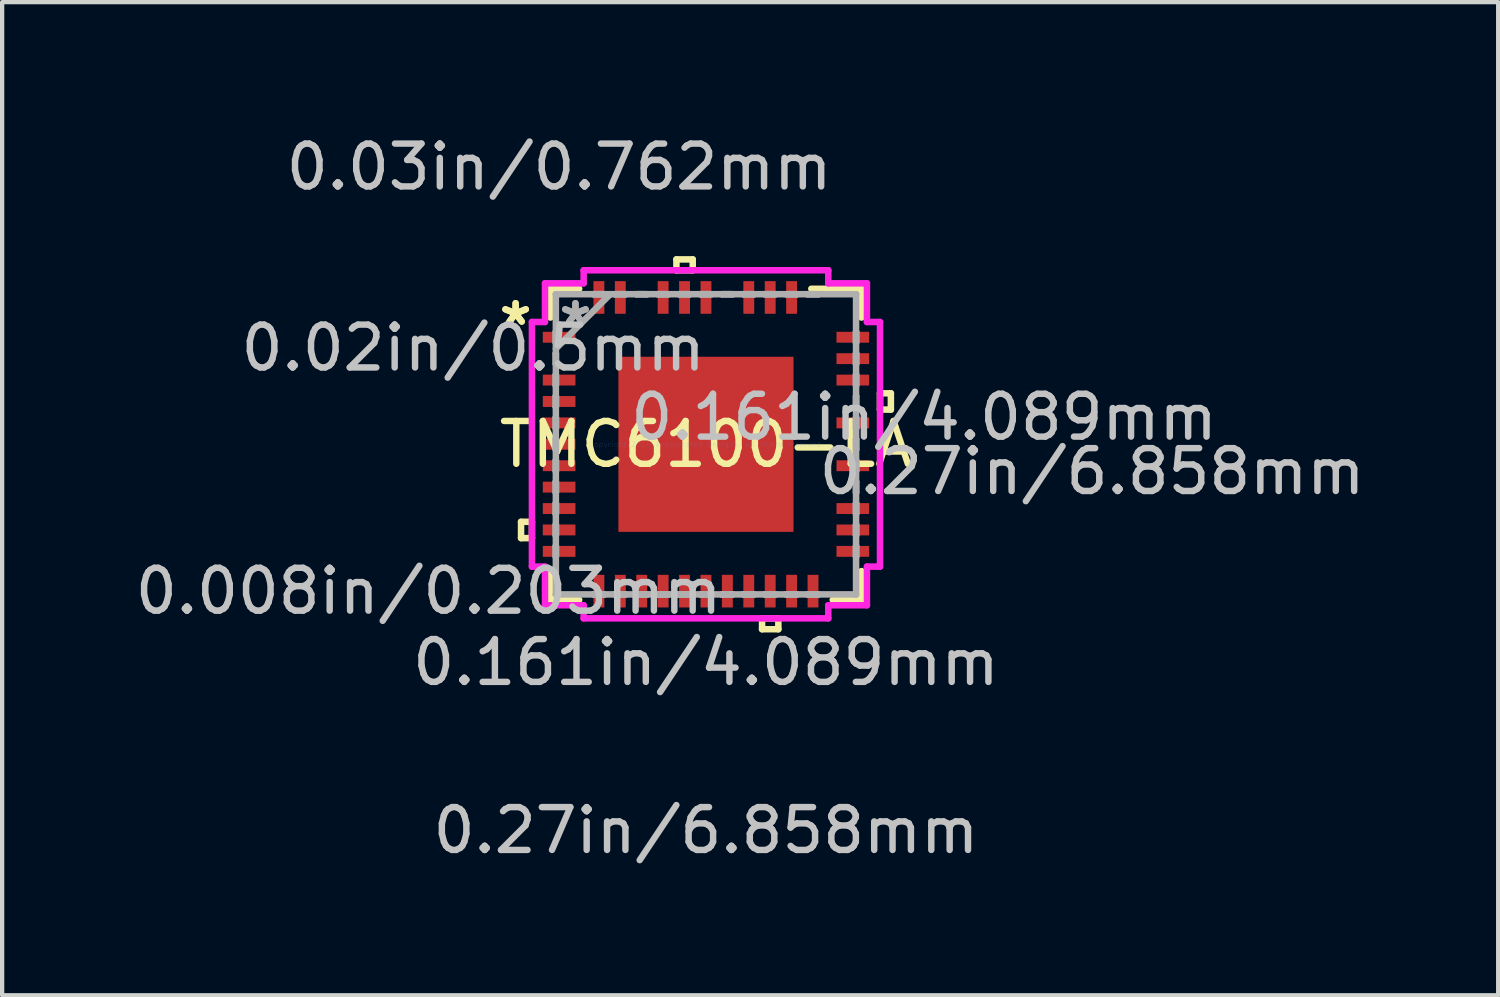
<source format=kicad_pcb>
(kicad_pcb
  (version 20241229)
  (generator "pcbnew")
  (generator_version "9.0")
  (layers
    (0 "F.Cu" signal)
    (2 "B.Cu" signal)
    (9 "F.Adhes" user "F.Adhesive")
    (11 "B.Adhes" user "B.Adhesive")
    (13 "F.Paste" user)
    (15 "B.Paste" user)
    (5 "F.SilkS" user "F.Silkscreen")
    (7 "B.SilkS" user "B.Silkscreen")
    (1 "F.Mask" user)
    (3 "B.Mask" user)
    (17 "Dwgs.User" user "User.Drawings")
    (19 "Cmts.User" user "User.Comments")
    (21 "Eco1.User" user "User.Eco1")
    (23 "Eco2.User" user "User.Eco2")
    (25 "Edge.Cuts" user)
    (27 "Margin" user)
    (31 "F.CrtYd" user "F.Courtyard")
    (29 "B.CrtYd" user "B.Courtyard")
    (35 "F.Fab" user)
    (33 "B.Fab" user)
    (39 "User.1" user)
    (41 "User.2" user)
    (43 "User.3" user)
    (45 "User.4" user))
  (footprint "TMC6100-LA"
    (layer "F.Cu")
    (at 13.435 7.325)
    (property "Reference" "TMC6100-LA" (at 0 0 0) (layer "F.SilkS") (effects (font (size 1 1) (thickness 0.15))))
    (attr through_hole)
    (fp_line (start -4.318 1.81) (end -4.318 2.191) (stroke (width 0.152) (type solid)) (layer "F.SilkS"))
    (fp_line (start -4.318 2.191) (end -4.064 2.191) (stroke (width 0.152) (type solid)) (layer "F.SilkS"))
    (fp_line (start -4.064 1.81) (end -4.318 1.81) (stroke (width 0.152) (type solid)) (layer "F.SilkS"))
    (fp_line (start -4.064 2.191) (end -4.064 1.81) (stroke (width 0.152) (type solid)) (layer "F.SilkS"))
    (fp_line (start -3.632 -3.632) (end -3.632 -2.96) (stroke (width 0.152) (type solid)) (layer "F.SilkS"))
    (fp_line (start -3.632 2.96) (end -3.632 3.632) (stroke (width 0.152) (type solid)) (layer "F.SilkS"))
    (fp_line (start -3.632 3.632) (end -2.96 3.632) (stroke (width 0.152) (type solid)) (layer "F.SilkS"))
    (fp_line (start -2.96 -3.632) (end -3.632 -3.632) (stroke (width 0.152) (type solid)) (layer "F.SilkS"))
    (fp_line (start -0.69 -4.318) (end -0.309 -4.318) (stroke (width 0.152) (type solid)) (layer "F.SilkS"))
    (fp_line (start -0.69 -4.064) (end -0.69 -4.318) (stroke (width 0.152) (type solid)) (layer "F.SilkS"))
    (fp_line (start -0.309 -4.318) (end -0.309 -4.064) (stroke (width 0.152) (type solid)) (layer "F.SilkS"))
    (fp_line (start -0.309 -4.064) (end -0.69 -4.064) (stroke (width 0.152) (type solid)) (layer "F.SilkS"))
    (fp_line (start 1.31 4.064) (end 1.31 4.318) (stroke (width 0.152) (type solid)) (layer "F.SilkS"))
    (fp_line (start 1.31 4.318) (end 1.69 4.318) (stroke (width 0.152) (type solid)) (layer "F.SilkS"))
    (fp_line (start 1.69 4.064) (end 1.31 4.064) (stroke (width 0.152) (type solid)) (layer "F.SilkS"))
    (fp_line (start 1.69 4.318) (end 1.69 4.064) (stroke (width 0.152) (type solid)) (layer "F.SilkS"))
    (fp_line (start 2.96 3.632) (end 3.632 3.632) (stroke (width 0.152) (type solid)) (layer "F.SilkS"))
    (fp_line (start 3.632 -3.632) (end 2.46 -3.632) (stroke (width 0.152) (type solid)) (layer "F.SilkS"))
    (fp_line (start 3.632 -2.96) (end 3.632 -3.632) (stroke (width 0.152) (type solid)) (layer "F.SilkS"))
    (fp_line (start 3.632 3.632) (end 3.632 2.96) (stroke (width 0.152) (type solid)) (layer "F.SilkS"))
    (fp_line (start 4.064 -1.191) (end 4.318 -1.191) (stroke (width 0.152) (type solid)) (layer "F.SilkS"))
    (fp_line (start 4.064 -0.81) (end 4.064 -1.191) (stroke (width 0.152) (type solid)) (layer "F.SilkS"))
    (fp_line (start 4.318 -1.191) (end 4.318 -0.81) (stroke (width 0.152) (type solid)) (layer "F.SilkS"))
    (fp_line (start 4.318 -0.81) (end 4.064 -0.81) (stroke (width 0.152) (type solid)) (layer "F.SilkS"))
    (fp_line (start -1.945 -1.945) (end -1.945 -0.782) (stroke (width 0.152) (type solid)) (layer "F.Paste"))
    (fp_line (start -1.945 -0.782) (end -0.782 -0.782) (stroke (width 0.152) (type solid)) (layer "F.Paste"))
    (fp_line (start -1.945 -0.582) (end -1.945 0.582) (stroke (width 0.152) (type solid)) (layer "F.Paste"))
    (fp_line (start -1.945 0.582) (end -0.782 0.582) (stroke (width 0.152) (type solid)) (layer "F.Paste"))
    (fp_line (start -1.945 0.782) (end -1.945 1.945) (stroke (width 0.152) (type solid)) (layer "F.Paste"))
    (fp_line (start -1.945 1.945) (end -0.782 1.945) (stroke (width 0.152) (type solid)) (layer "F.Paste"))
    (fp_line (start -0.782 -1.945) (end -1.945 -1.945) (stroke (width 0.152) (type solid)) (layer "F.Paste"))
    (fp_line (start -0.782 -0.782) (end -0.782 -1.945) (stroke (width 0.152) (type solid)) (layer "F.Paste"))
    (fp_line (start -0.782 -0.582) (end -1.945 -0.582) (stroke (width 0.152) (type solid)) (layer "F.Paste"))
    (fp_line (start -0.782 0.582) (end -0.782 -0.582) (stroke (width 0.152) (type solid)) (layer "F.Paste"))
    (fp_line (start -0.782 0.782) (end -1.945 0.782) (stroke (width 0.152) (type solid)) (layer "F.Paste"))
    (fp_line (start -0.782 1.945) (end -0.782 0.782) (stroke (width 0.152) (type solid)) (layer "F.Paste"))
    (fp_line (start -0.582 -1.945) (end -0.582 -0.782) (stroke (width 0.152) (type solid)) (layer "F.Paste"))
    (fp_line (start -0.582 -0.782) (end 0.582 -0.782) (stroke (width 0.152) (type solid)) (layer "F.Paste"))
    (fp_line (start -0.582 -0.582) (end -0.582 0.582) (stroke (width 0.152) (type solid)) (layer "F.Paste"))
    (fp_line (start -0.582 0.582) (end 0.582 0.582) (stroke (width 0.152) (type solid)) (layer "F.Paste"))
    (fp_line (start -0.582 0.782) (end -0.582 1.945) (stroke (width 0.152) (type solid)) (layer "F.Paste"))
    (fp_line (start -0.582 1.945) (end 0.582 1.945) (stroke (width 0.152) (type solid)) (layer "F.Paste"))
    (fp_line (start 0.582 -1.945) (end -0.582 -1.945) (stroke (width 0.152) (type solid)) (layer "F.Paste"))
    (fp_line (start 0.582 -0.782) (end 0.582 -1.945) (stroke (width 0.152) (type solid)) (layer "F.Paste"))
    (fp_line (start 0.582 -0.582) (end -0.582 -0.582) (stroke (width 0.152) (type solid)) (layer "F.Paste"))
    (fp_line (start 0.582 0.582) (end 0.582 -0.582) (stroke (width 0.152) (type solid)) (layer "F.Paste"))
    (fp_line (start 0.582 0.782) (end -0.582 0.782) (stroke (width 0.152) (type solid)) (layer "F.Paste"))
    (fp_line (start 0.582 1.945) (end 0.582 0.782) (stroke (width 0.152) (type solid)) (layer "F.Paste"))
    (fp_line (start 0.782 -1.945) (end 0.782 -0.782) (stroke (width 0.152) (type solid)) (layer "F.Paste"))
    (fp_line (start 0.782 -0.782) (end 1.945 -0.782) (stroke (width 0.152) (type solid)) (layer "F.Paste"))
    (fp_line (start 0.782 -0.582) (end 0.782 0.582) (stroke (width 0.152) (type solid)) (layer "F.Paste"))
    (fp_line (start 0.782 0.582) (end 1.945 0.582) (stroke (width 0.152) (type solid)) (layer "F.Paste"))
    (fp_line (start 0.782 0.782) (end 0.782 1.945) (stroke (width 0.152) (type solid)) (layer "F.Paste"))
    (fp_line (start 0.782 1.945) (end 1.945 1.945) (stroke (width 0.152) (type solid)) (layer "F.Paste"))
    (fp_line (start 1.945 -1.945) (end 0.782 -1.945) (stroke (width 0.152) (type solid)) (layer "F.Paste"))
    (fp_line (start 1.945 -0.782) (end 1.945 -1.945) (stroke (width 0.152) (type solid)) (layer "F.Paste"))
    (fp_line (start 1.945 -0.582) (end 0.782 -0.582) (stroke (width 0.152) (type solid)) (layer "F.Paste"))
    (fp_line (start 1.945 0.582) (end 1.945 -0.582) (stroke (width 0.152) (type solid)) (layer "F.Paste"))
    (fp_line (start 1.945 0.782) (end 0.782 0.782) (stroke (width 0.152) (type solid)) (layer "F.Paste"))
    (fp_line (start 1.945 1.945) (end 1.945 0.782) (stroke (width 0.152) (type solid)) (layer "F.Paste"))
    (fp_line (start -4.064 -2.856) (end -3.759 -2.856) (stroke (width 0.152) (type solid)) (layer "F.CrtYd"))
    (fp_line (start -4.064 2.856) (end -4.064 -2.856) (stroke (width 0.152) (type solid)) (layer "F.CrtYd"))
    (fp_line (start -3.759 -3.759) (end -2.856 -3.759) (stroke (width 0.152) (type solid)) (layer "F.CrtYd"))
    (fp_line (start -3.759 -2.856) (end -3.759 -3.759) (stroke (width 0.152) (type solid)) (layer "F.CrtYd"))
    (fp_line (start -3.759 2.856) (end -4.064 2.856) (stroke (width 0.152) (type solid)) (layer "F.CrtYd"))
    (fp_line (start -3.759 3.759) (end -3.759 2.856) (stroke (width 0.152) (type solid)) (layer "F.CrtYd"))
    (fp_line (start -2.856 -4.064) (end 2.856 -4.064) (stroke (width 0.152) (type solid)) (layer "F.CrtYd"))
    (fp_line (start -2.856 -3.759) (end -2.856 -4.064) (stroke (width 0.152) (type solid)) (layer "F.CrtYd"))
    (fp_line (start -2.856 3.759) (end -3.759 3.759) (stroke (width 0.152) (type solid)) (layer "F.CrtYd"))
    (fp_line (start -2.856 4.064) (end -2.856 3.759) (stroke (width 0.152) (type solid)) (layer "F.CrtYd"))
    (fp_line (start 2.856 -4.064) (end 2.856 -3.759) (stroke (width 0.152) (type solid)) (layer "F.CrtYd"))
    (fp_line (start 2.856 -3.759) (end 3.759 -3.759) (stroke (width 0.152) (type solid)) (layer "F.CrtYd"))
    (fp_line (start 2.856 3.759) (end 2.856 4.064) (stroke (width 0.152) (type solid)) (layer "F.CrtYd"))
    (fp_line (start 2.856 4.064) (end -2.856 4.064) (stroke (width 0.152) (type solid)) (layer "F.CrtYd"))
    (fp_line (start 3.759 -3.759) (end 3.759 -2.856) (stroke (width 0.152) (type solid)) (layer "F.CrtYd"))
    (fp_line (start 3.759 -2.856) (end 4.064 -2.856) (stroke (width 0.152) (type solid)) (layer "F.CrtYd"))
    (fp_line (start 3.759 2.856) (end 3.759 3.759) (stroke (width 0.152) (type solid)) (layer "F.CrtYd"))
    (fp_line (start 3.759 3.759) (end 2.856 3.759) (stroke (width 0.152) (type solid)) (layer "F.CrtYd"))
    (fp_line (start 4.064 -2.856) (end 4.064 2.856) (stroke (width 0.152) (type solid)) (layer "F.CrtYd"))
    (fp_line (start 4.064 2.856) (end 3.759 2.856) (stroke (width 0.152) (type solid)) (layer "F.CrtYd"))
    (fp_line (start -3.505 -3.505) (end -3.505 -3.505) (stroke (width 0.152) (type solid)) (layer "F.Fab"))
    (fp_line (start -3.505 -3.505) (end -3.505 3.505) (stroke (width 0.152) (type solid)) (layer "F.Fab"))
    (fp_line (start -3.505 -2.627) (end -3.505 -2.627) (stroke (width 0.152) (type solid)) (layer "F.Fab"))
    (fp_line (start -3.505 -2.627) (end -3.505 -2.373) (stroke (width 0.152) (type solid)) (layer "F.Fab"))
    (fp_line (start -3.505 -2.373) (end -3.505 -2.627) (stroke (width 0.152) (type solid)) (layer "F.Fab"))
    (fp_line (start -3.505 -2.373) (end -3.505 -2.373) (stroke (width 0.152) (type solid)) (layer "F.Fab"))
    (fp_line (start -3.505 -2.235) (end -2.235 -3.505) (stroke (width 0.152) (type solid)) (layer "F.Fab"))
    (fp_line (start -3.505 -2.127) (end -3.505 -2.127) (stroke (width 0.152) (type solid)) (layer "F.Fab"))
    (fp_line (start -3.505 -2.127) (end -3.505 -1.873) (stroke (width 0.152) (type solid)) (layer "F.Fab"))
    (fp_line (start -3.505 -1.873) (end -3.505 -2.127) (stroke (width 0.152) (type solid)) (layer "F.Fab"))
    (fp_line (start -3.505 -1.873) (end -3.505 -1.873) (stroke (width 0.152) (type solid)) (layer "F.Fab"))
    (fp_line (start -3.505 -1.627) (end -3.505 -1.627) (stroke (width 0.152) (type solid)) (layer "F.Fab"))
    (fp_line (start -3.505 -1.627) (end -3.505 -1.373) (stroke (width 0.152) (type solid)) (layer "F.Fab"))
    (fp_line (start -3.505 -1.373) (end -3.505 -1.627) (stroke (width 0.152) (type solid)) (layer "F.Fab"))
    (fp_line (start -3.505 -1.373) (end -3.505 -1.373) (stroke (width 0.152) (type solid)) (layer "F.Fab"))
    (fp_line (start -3.505 -1.127) (end -3.505 -1.127) (stroke (width 0.152) (type solid)) (layer "F.Fab"))
    (fp_line (start -3.505 -1.127) (end -3.505 -0.873) (stroke (width 0.152) (type solid)) (layer "F.Fab"))
    (fp_line (start -3.505 -0.873) (end -3.505 -1.127) (stroke (width 0.152) (type solid)) (layer "F.Fab"))
    (fp_line (start -3.505 -0.873) (end -3.505 -0.873) (stroke (width 0.152) (type solid)) (layer "F.Fab"))
    (fp_line (start -3.505 -0.627) (end -3.505 -0.627) (stroke (width 0.152) (type solid)) (layer "F.Fab"))
    (fp_line (start -3.505 -0.627) (end -3.505 -0.373) (stroke (width 0.152) (type solid)) (layer "F.Fab"))
    (fp_line (start -3.505 -0.373) (end -3.505 -0.627) (stroke (width 0.152) (type solid)) (layer "F.Fab"))
    (fp_line (start -3.505 -0.373) (end -3.505 -0.373) (stroke (width 0.152) (type solid)) (layer "F.Fab"))
    (fp_line (start -3.505 -0.127) (end -3.505 -0.127) (stroke (width 0.152) (type solid)) (layer "F.Fab"))
    (fp_line (start -3.505 -0.127) (end -3.505 0.127) (stroke (width 0.152) (type solid)) (layer "F.Fab"))
    (fp_line (start -3.505 0.127) (end -3.505 -0.127) (stroke (width 0.152) (type solid)) (layer "F.Fab"))
    (fp_line (start -3.505 0.127) (end -3.505 0.127) (stroke (width 0.152) (type solid)) (layer "F.Fab"))
    (fp_line (start -3.505 0.373) (end -3.505 0.373) (stroke (width 0.152) (type solid)) (layer "F.Fab"))
    (fp_line (start -3.505 0.373) (end -3.505 0.627) (stroke (width 0.152) (type solid)) (layer "F.Fab"))
    (fp_line (start -3.505 0.627) (end -3.505 0.373) (stroke (width 0.152) (type solid)) (layer "F.Fab"))
    (fp_line (start -3.505 0.627) (end -3.505 0.627) (stroke (width 0.152) (type solid)) (layer "F.Fab"))
    (fp_line (start -3.505 0.873) (end -3.505 0.873) (stroke (width 0.152) (type solid)) (layer "F.Fab"))
    (fp_line (start -3.505 0.873) (end -3.505 1.127) (stroke (width 0.152) (type solid)) (layer "F.Fab"))
    (fp_line (start -3.505 1.127) (end -3.505 0.873) (stroke (width 0.152) (type solid)) (layer "F.Fab"))
    (fp_line (start -3.505 1.127) (end -3.505 1.127) (stroke (width 0.152) (type solid)) (layer "F.Fab"))
    (fp_line (start -3.505 1.373) (end -3.505 1.373) (stroke (width 0.152) (type solid)) (layer "F.Fab"))
    (fp_line (start -3.505 1.373) (end -3.505 1.627) (stroke (width 0.152) (type solid)) (layer "F.Fab"))
    (fp_line (start -3.505 1.627) (end -3.505 1.373) (stroke (width 0.152) (type solid)) (layer "F.Fab"))
    (fp_line (start -3.505 1.627) (end -3.505 1.627) (stroke (width 0.152) (type solid)) (layer "F.Fab"))
    (fp_line (start -3.505 1.873) (end -3.505 1.873) (stroke (width 0.152) (type solid)) (layer "F.Fab"))
    (fp_line (start -3.505 1.873) (end -3.505 2.127) (stroke (width 0.152) (type solid)) (layer "F.Fab"))
    (fp_line (start -3.505 2.127) (end -3.505 1.873) (stroke (width 0.152) (type solid)) (layer "F.Fab"))
    (fp_line (start -3.505 2.127) (end -3.505 2.127) (stroke (width 0.152) (type solid)) (layer "F.Fab"))
    (fp_line (start -3.505 2.373) (end -3.505 2.373) (stroke (width 0.152) (type solid)) (layer "F.Fab"))
    (fp_line (start -3.505 2.373) (end -3.505 2.627) (stroke (width 0.152) (type solid)) (layer "F.Fab"))
    (fp_line (start -3.505 2.627) (end -3.505 2.373) (stroke (width 0.152) (type solid)) (layer "F.Fab"))
    (fp_line (start -3.505 2.627) (end -3.505 2.627) (stroke (width 0.152) (type solid)) (layer "F.Fab"))
    (fp_line (start -3.505 3.505) (end -3.505 3.505) (stroke (width 0.152) (type solid)) (layer "F.Fab"))
    (fp_line (start -3.505 3.505) (end 3.505 3.505) (stroke (width 0.152) (type solid)) (layer "F.Fab"))
    (fp_line (start -2.627 -3.505) (end -2.627 -3.505) (stroke (width 0.152) (type solid)) (layer "F.Fab"))
    (fp_line (start -2.627 -3.505) (end -2.373 -3.505) (stroke (width 0.152) (type solid)) (layer "F.Fab"))
    (fp_line (start -2.627 3.505) (end -2.627 3.505) (stroke (width 0.152) (type solid)) (layer "F.Fab"))
    (fp_line (start -2.627 3.505) (end -2.373 3.505) (stroke (width 0.152) (type solid)) (layer "F.Fab"))
    (fp_line (start -2.373 -3.505) (end -2.627 -3.505) (stroke (width 0.152) (type solid)) (layer "F.Fab"))
    (fp_line (start -2.373 -3.505) (end -2.373 -3.505) (stroke (width 0.152) (type solid)) (layer "F.Fab"))
    (fp_line (start -2.373 3.505) (end -2.627 3.505) (stroke (width 0.152) (type solid)) (layer "F.Fab"))
    (fp_line (start -2.373 3.505) (end -2.373 3.505) (stroke (width 0.152) (type solid)) (layer "F.Fab"))
    (fp_line (start -2.127 -3.505) (end -2.127 -3.505) (stroke (width 0.152) (type solid)) (layer "F.Fab"))
    (fp_line (start -2.127 -3.505) (end -1.873 -3.505) (stroke (width 0.152) (type solid)) (layer "F.Fab"))
    (fp_line (start -2.127 3.505) (end -2.127 3.505) (stroke (width 0.152) (type solid)) (layer "F.Fab"))
    (fp_line (start -2.127 3.505) (end -1.873 3.505) (stroke (width 0.152) (type solid)) (layer "F.Fab"))
    (fp_line (start -1.873 -3.505) (end -2.127 -3.505) (stroke (width 0.152) (type solid)) (layer "F.Fab"))
    (fp_line (start -1.873 -3.505) (end -1.873 -3.505) (stroke (width 0.152) (type solid)) (layer "F.Fab"))
    (fp_line (start -1.873 3.505) (end -2.127 3.505) (stroke (width 0.152) (type solid)) (layer "F.Fab"))
    (fp_line (start -1.873 3.505) (end -1.873 3.505) (stroke (width 0.152) (type solid)) (layer "F.Fab"))
    (fp_line (start -1.627 -3.505) (end -1.627 -3.505) (stroke (width 0.152) (type solid)) (layer "F.Fab"))
    (fp_line (start -1.627 -3.505) (end -1.373 -3.505) (stroke (width 0.152) (type solid)) (layer "F.Fab"))
    (fp_line (start -1.627 3.505) (end -1.627 3.505) (stroke (width 0.152) (type solid)) (layer "F.Fab"))
    (fp_line (start -1.627 3.505) (end -1.373 3.505) (stroke (width 0.152) (type solid)) (layer "F.Fab"))
    (fp_line (start -1.373 -3.505) (end -1.627 -3.505) (stroke (width 0.152) (type solid)) (layer "F.Fab"))
    (fp_line (start -1.373 -3.505) (end -1.373 -3.505) (stroke (width 0.152) (type solid)) (layer "F.Fab"))
    (fp_line (start -1.373 3.505) (end -1.627 3.505) (stroke (width 0.152) (type solid)) (layer "F.Fab"))
    (fp_line (start -1.373 3.505) (end -1.373 3.505) (stroke (width 0.152) (type solid)) (layer "F.Fab"))
    (fp_line (start -1.127 -3.505) (end -1.127 -3.505) (stroke (width 0.152) (type solid)) (layer "F.Fab"))
    (fp_line (start -1.127 -3.505) (end -0.873 -3.505) (stroke (width 0.152) (type solid)) (layer "F.Fab"))
    (fp_line (start -1.127 3.505) (end -1.127 3.505) (stroke (width 0.152) (type solid)) (layer "F.Fab"))
    (fp_line (start -1.127 3.505) (end -0.873 3.505) (stroke (width 0.152) (type solid)) (layer "F.Fab"))
    (fp_line (start -0.873 -3.505) (end -1.127 -3.505) (stroke (width 0.152) (type solid)) (layer "F.Fab"))
    (fp_line (start -0.873 -3.505) (end -0.873 -3.505) (stroke (width 0.152) (type solid)) (layer "F.Fab"))
    (fp_line (start -0.873 3.505) (end -1.127 3.505) (stroke (width 0.152) (type solid)) (layer "F.Fab"))
    (fp_line (start -0.873 3.505) (end -0.873 3.505) (stroke (width 0.152) (type solid)) (layer "F.Fab"))
    (fp_line (start -0.627 -3.505) (end -0.627 -3.505) (stroke (width 0.152) (type solid)) (layer "F.Fab"))
    (fp_line (start -0.627 -3.505) (end -0.373 -3.505) (stroke (width 0.152) (type solid)) (layer "F.Fab"))
    (fp_line (start -0.627 3.505) (end -0.627 3.505) (stroke (width 0.152) (type solid)) (layer "F.Fab"))
    (fp_line (start -0.627 3.505) (end -0.373 3.505) (stroke (width 0.152) (type solid)) (layer "F.Fab"))
    (fp_line (start -0.373 -3.505) (end -0.627 -3.505) (stroke (width 0.152) (type solid)) (layer "F.Fab"))
    (fp_line (start -0.373 -3.505) (end -0.373 -3.505) (stroke (width 0.152) (type solid)) (layer "F.Fab"))
    (fp_line (start -0.373 3.505) (end -0.627 3.505) (stroke (width 0.152) (type solid)) (layer "F.Fab"))
    (fp_line (start -0.373 3.505) (end -0.373 3.505) (stroke (width 0.152) (type solid)) (layer "F.Fab"))
    (fp_line (start -0.127 -3.505) (end -0.127 -3.505) (stroke (width 0.152) (type solid)) (layer "F.Fab"))
    (fp_line (start -0.127 -3.505) (end 0.127 -3.505) (stroke (width 0.152) (type solid)) (layer "F.Fab"))
    (fp_line (start -0.127 3.505) (end -0.127 3.505) (stroke (width 0.152) (type solid)) (layer "F.Fab"))
    (fp_line (start -0.127 3.505) (end 0.127 3.505) (stroke (width 0.152) (type solid)) (layer "F.Fab"))
    (fp_line (start 0.127 -3.505) (end -0.127 -3.505) (stroke (width 0.152) (type solid)) (layer "F.Fab"))
    (fp_line (start 0.127 -3.505) (end 0.127 -3.505) (stroke (width 0.152) (type solid)) (layer "F.Fab"))
    (fp_line (start 0.127 3.505) (end -0.127 3.505) (stroke (width 0.152) (type solid)) (layer "F.Fab"))
    (fp_line (start 0.127 3.505) (end 0.127 3.505) (stroke (width 0.152) (type solid)) (layer "F.Fab"))
    (fp_line (start 0.373 -3.505) (end 0.373 -3.505) (stroke (width 0.152) (type solid)) (layer "F.Fab"))
    (fp_line (start 0.373 -3.505) (end 0.627 -3.505) (stroke (width 0.152) (type solid)) (layer "F.Fab"))
    (fp_line (start 0.373 3.505) (end 0.373 3.505) (stroke (width 0.152) (type solid)) (layer "F.Fab"))
    (fp_line (start 0.373 3.505) (end 0.627 3.505) (stroke (width 0.152) (type solid)) (layer "F.Fab"))
    (fp_line (start 0.627 -3.505) (end 0.373 -3.505) (stroke (width 0.152) (type solid)) (layer "F.Fab"))
    (fp_line (start 0.627 -3.505) (end 0.627 -3.505) (stroke (width 0.152) (type solid)) (layer "F.Fab"))
    (fp_line (start 0.627 3.505) (end 0.373 3.505) (stroke (width 0.152) (type solid)) (layer "F.Fab"))
    (fp_line (start 0.627 3.505) (end 0.627 3.505) (stroke (width 0.152) (type solid)) (layer "F.Fab"))
    (fp_line (start 0.873 -3.505) (end 0.873 -3.505) (stroke (width 0.152) (type solid)) (layer "F.Fab"))
    (fp_line (start 0.873 -3.505) (end 1.127 -3.505) (stroke (width 0.152) (type solid)) (layer "F.Fab"))
    (fp_line (start 0.873 3.505) (end 0.873 3.505) (stroke (width 0.152) (type solid)) (layer "F.Fab"))
    (fp_line (start 0.873 3.505) (end 1.127 3.505) (stroke (width 0.152) (type solid)) (layer "F.Fab"))
    (fp_line (start 1.127 -3.505) (end 0.873 -3.505) (stroke (width 0.152) (type solid)) (layer "F.Fab"))
    (fp_line (start 1.127 -3.505) (end 1.127 -3.505) (stroke (width 0.152) (type solid)) (layer "F.Fab"))
    (fp_line (start 1.127 3.505) (end 0.873 3.505) (stroke (width 0.152) (type solid)) (layer "F.Fab"))
    (fp_line (start 1.127 3.505) (end 1.127 3.505) (stroke (width 0.152) (type solid)) (layer "F.Fab"))
    (fp_line (start 1.373 -3.505) (end 1.373 -3.505) (stroke (width 0.152) (type solid)) (layer "F.Fab"))
    (fp_line (start 1.373 -3.505) (end 1.627 -3.505) (stroke (width 0.152) (type solid)) (layer "F.Fab"))
    (fp_line (start 1.373 3.505) (end 1.373 3.505) (stroke (width 0.152) (type solid)) (layer "F.Fab"))
    (fp_line (start 1.373 3.505) (end 1.627 3.505) (stroke (width 0.152) (type solid)) (layer "F.Fab"))
    (fp_line (start 1.627 -3.505) (end 1.373 -3.505) (stroke (width 0.152) (type solid)) (layer "F.Fab"))
    (fp_line (start 1.627 -3.505) (end 1.627 -3.505) (stroke (width 0.152) (type solid)) (layer "F.Fab"))
    (fp_line (start 1.627 3.505) (end 1.373 3.505) (stroke (width 0.152) (type solid)) (layer "F.Fab"))
    (fp_line (start 1.627 3.505) (end 1.627 3.505) (stroke (width 0.152) (type solid)) (layer "F.Fab"))
    (fp_line (start 1.873 -3.505) (end 1.873 -3.505) (stroke (width 0.152) (type solid)) (layer "F.Fab"))
    (fp_line (start 1.873 -3.505) (end 2.127 -3.505) (stroke (width 0.152) (type solid)) (layer "F.Fab"))
    (fp_line (start 1.873 3.505) (end 1.873 3.505) (stroke (width 0.152) (type solid)) (layer "F.Fab"))
    (fp_line (start 1.873 3.505) (end 2.127 3.505) (stroke (width 0.152) (type solid)) (layer "F.Fab"))
    (fp_line (start 2.127 -3.505) (end 1.873 -3.505) (stroke (width 0.152) (type solid)) (layer "F.Fab"))
    (fp_line (start 2.127 -3.505) (end 2.127 -3.505) (stroke (width 0.152) (type solid)) (layer "F.Fab"))
    (fp_line (start 2.127 3.505) (end 1.873 3.505) (stroke (width 0.152) (type solid)) (layer "F.Fab"))
    (fp_line (start 2.127 3.505) (end 2.127 3.505) (stroke (width 0.152) (type solid)) (layer "F.Fab"))
    (fp_line (start 2.373 -3.505) (end 2.373 -3.505) (stroke (width 0.152) (type solid)) (layer "F.Fab"))
    (fp_line (start 2.373 -3.505) (end 2.627 -3.505) (stroke (width 0.152) (type solid)) (layer "F.Fab"))
    (fp_line (start 2.373 3.505) (end 2.373 3.505) (stroke (width 0.152) (type solid)) (layer "F.Fab"))
    (fp_line (start 2.373 3.505) (end 2.627 3.505) (stroke (width 0.152) (type solid)) (layer "F.Fab"))
    (fp_line (start 2.627 -3.505) (end 2.373 -3.505) (stroke (width 0.152) (type solid)) (layer "F.Fab"))
    (fp_line (start 2.627 -3.505) (end 2.627 -3.505) (stroke (width 0.152) (type solid)) (layer "F.Fab"))
    (fp_line (start 2.627 3.505) (end 2.373 3.505) (stroke (width 0.152) (type solid)) (layer "F.Fab"))
    (fp_line (start 2.627 3.505) (end 2.627 3.505) (stroke (width 0.152) (type solid)) (layer "F.Fab"))
    (fp_line (start 3.505 -3.505) (end -3.505 -3.505) (stroke (width 0.152) (type solid)) (layer "F.Fab"))
    (fp_line (start 3.505 -3.505) (end 3.505 -3.505) (stroke (width 0.152) (type solid)) (layer "F.Fab"))
    (fp_line (start 3.505 -2.627) (end 3.505 -2.627) (stroke (width 0.152) (type solid)) (layer "F.Fab"))
    (fp_line (start 3.505 -2.627) (end 3.505 -2.373) (stroke (width 0.152) (type solid)) (layer "F.Fab"))
    (fp_line (start 3.505 -2.373) (end 3.505 -2.627) (stroke (width 0.152) (type solid)) (layer "F.Fab"))
    (fp_line (start 3.505 -2.373) (end 3.505 -2.373) (stroke (width 0.152) (type solid)) (layer "F.Fab"))
    (fp_line (start 3.505 -2.127) (end 3.505 -2.127) (stroke (width 0.152) (type solid)) (layer "F.Fab"))
    (fp_line (start 3.505 -2.127) (end 3.505 -1.873) (stroke (width 0.152) (type solid)) (layer "F.Fab"))
    (fp_line (start 3.505 -1.873) (end 3.505 -2.127) (stroke (width 0.152) (type solid)) (layer "F.Fab"))
    (fp_line (start 3.505 -1.873) (end 3.505 -1.873) (stroke (width 0.152) (type solid)) (layer "F.Fab"))
    (fp_line (start 3.505 -1.627) (end 3.505 -1.627) (stroke (width 0.152) (type solid)) (layer "F.Fab"))
    (fp_line (start 3.505 -1.627) (end 3.505 -1.373) (stroke (width 0.152) (type solid)) (layer "F.Fab"))
    (fp_line (start 3.505 -1.373) (end 3.505 -1.627) (stroke (width 0.152) (type solid)) (layer "F.Fab"))
    (fp_line (start 3.505 -1.373) (end 3.505 -1.373) (stroke (width 0.152) (type solid)) (layer "F.Fab"))
    (fp_line (start 3.505 -1.127) (end 3.505 -1.127) (stroke (width 0.152) (type solid)) (layer "F.Fab"))
    (fp_line (start 3.505 -1.127) (end 3.505 -0.873) (stroke (width 0.152) (type solid)) (layer "F.Fab"))
    (fp_line (start 3.505 -0.873) (end 3.505 -1.127) (stroke (width 0.152) (type solid)) (layer "F.Fab"))
    (fp_line (start 3.505 -0.873) (end 3.505 -0.873) (stroke (width 0.152) (type solid)) (layer "F.Fab"))
    (fp_line (start 3.505 -0.627) (end 3.505 -0.627) (stroke (width 0.152) (type solid)) (layer "F.Fab"))
    (fp_line (start 3.505 -0.627) (end 3.505 -0.373) (stroke (width 0.152) (type solid)) (layer "F.Fab"))
    (fp_line (start 3.505 -0.373) (end 3.505 -0.627) (stroke (width 0.152) (type solid)) (layer "F.Fab"))
    (fp_line (start 3.505 -0.373) (end 3.505 -0.373) (stroke (width 0.152) (type solid)) (layer "F.Fab"))
    (fp_line (start 3.505 -0.127) (end 3.505 -0.127) (stroke (width 0.152) (type solid)) (layer "F.Fab"))
    (fp_line (start 3.505 -0.127) (end 3.505 0.127) (stroke (width 0.152) (type solid)) (layer "F.Fab"))
    (fp_line (start 3.505 0.127) (end 3.505 -0.127) (stroke (width 0.152) (type solid)) (layer "F.Fab"))
    (fp_line (start 3.505 0.127) (end 3.505 0.127) (stroke (width 0.152) (type solid)) (layer "F.Fab"))
    (fp_line (start 3.505 0.373) (end 3.505 0.373) (stroke (width 0.152) (type solid)) (layer "F.Fab"))
    (fp_line (start 3.505 0.373) (end 3.505 0.627) (stroke (width 0.152) (type solid)) (layer "F.Fab"))
    (fp_line (start 3.505 0.627) (end 3.505 0.373) (stroke (width 0.152) (type solid)) (layer "F.Fab"))
    (fp_line (start 3.505 0.627) (end 3.505 0.627) (stroke (width 0.152) (type solid)) (layer "F.Fab"))
    (fp_line (start 3.505 0.873) (end 3.505 0.873) (stroke (width 0.152) (type solid)) (layer "F.Fab"))
    (fp_line (start 3.505 0.873) (end 3.505 1.127) (stroke (width 0.152) (type solid)) (layer "F.Fab"))
    (fp_line (start 3.505 1.127) (end 3.505 0.873) (stroke (width 0.152) (type solid)) (layer "F.Fab"))
    (fp_line (start 3.505 1.127) (end 3.505 1.127) (stroke (width 0.152) (type solid)) (layer "F.Fab"))
    (fp_line (start 3.505 1.373) (end 3.505 1.373) (stroke (width 0.152) (type solid)) (layer "F.Fab"))
    (fp_line (start 3.505 1.373) (end 3.505 1.627) (stroke (width 0.152) (type solid)) (layer "F.Fab"))
    (fp_line (start 3.505 1.627) (end 3.505 1.373) (stroke (width 0.152) (type solid)) (layer "F.Fab"))
    (fp_line (start 3.505 1.627) (end 3.505 1.627) (stroke (width 0.152) (type solid)) (layer "F.Fab"))
    (fp_line (start 3.505 1.873) (end 3.505 1.873) (stroke (width 0.152) (type solid)) (layer "F.Fab"))
    (fp_line (start 3.505 1.873) (end 3.505 2.127) (stroke (width 0.152) (type solid)) (layer "F.Fab"))
    (fp_line (start 3.505 2.127) (end 3.505 1.873) (stroke (width 0.152) (type solid)) (layer "F.Fab"))
    (fp_line (start 3.505 2.127) (end 3.505 2.127) (stroke (width 0.152) (type solid)) (layer "F.Fab"))
    (fp_line (start 3.505 2.373) (end 3.505 2.373) (stroke (width 0.152) (type solid)) (layer "F.Fab"))
    (fp_line (start 3.505 2.373) (end 3.505 2.627) (stroke (width 0.152) (type solid)) (layer "F.Fab"))
    (fp_line (start 3.505 2.627) (end 3.505 2.373) (stroke (width 0.152) (type solid)) (layer "F.Fab"))
    (fp_line (start 3.505 2.627) (end 3.505 2.627) (stroke (width 0.152) (type solid)) (layer "F.Fab"))
    (fp_line (start 3.505 3.505) (end 3.505 -3.505) (stroke (width 0.152) (type solid)) (layer "F.Fab"))
    (fp_line (start 3.505 3.505) (end 3.505 3.505) (stroke (width 0.152) (type solid)) (layer "F.Fab"))
    (fp_text user "*" (at -4.445 -2.75 0) (layer "F.SilkS") (effects (font (size 1 1) (thickness 0.15))))
    (fp_text user "*" (at -4.445 -2.75 0) (layer "F.SilkS") (effects (font (size 1 1) (thickness 0.15))))
    (fp_text user "0.02in/0.5mm" (at -5.436 -2.25 0) (layer "Dwgs.User") (effects (font (size 1 1) (thickness 0.15))))
    (fp_text user "0.008in/0.203mm" (at -6.477 3.429 0) (layer "Dwgs.User") (effects (font (size 1 1) (thickness 0.15))))
    (fp_text user "0.27in/6.858mm" (at 9.017 0.635 0) (layer "Dwgs.User") (effects (font (size 1 1) (thickness 0.15))))
    (fp_text user "0.161in/4.089mm" (at 5.093 -0.635 0) (layer "Dwgs.User") (effects (font (size 1 1) (thickness 0.15))))
    (fp_text user "0.03in/0.762mm" (at -3.429 -6.477 0) (layer "Dwgs.User") (effects (font (size 1 1) (thickness 0.15))))
    (fp_text user "0.161in/4.089mm" (at 0 5.093 0) (layer "Dwgs.User") (effects (font (size 1 1) (thickness 0.15))))
    (fp_text user "0.27in/6.858mm" (at 0 9.017 0) (layer "Dwgs.User") (effects (font (size 1 1) (thickness 0.15))))
    (fp_text user "Copyright 2016 Accelerated Designs. All rights reserved." (at 0 0 0) (layer "Cmts.User") (effects (font (size 0.127 0.127) (thickness 0.002))))
    (fp_text user "*" (at -3.048 -2.75 0) (layer "F.Fab") (effects (font (size 1 1) (thickness 0.15))))
    (fp_text user "*" (at -3.048 -2.75 0) (layer "F.Fab") (effects (font (size 1 1) (thickness 0.15))))
    (pad "1" smd rect (at -3.429 -2.5 90) (size 0.254 0.762) (layers "F.Cu" "F.Mask" "F.Paste"))
    (pad "2" smd rect (at -3.429 -1.5 90) (size 0.254 0.762) (layers "F.Cu" "F.Mask" "F.Paste"))
    (pad "3" smd rect (at -3.429 -1 90) (size 0.254 0.762) (layers "F.Cu" "F.Mask" "F.Paste"))
    (pad "4" smd rect (at -3.429 -0.5 90) (size 0.254 0.762) (layers "F.Cu" "F.Mask" "F.Paste"))
    (pad "5" smd rect (at -3.429 0 90) (size 0.254 0.762) (layers "F.Cu" "F.Mask" "F.Paste"))
    (pad "6" smd rect (at -3.429 0.5 90) (size 0.254 0.762) (layers "F.Cu" "F.Mask" "F.Paste"))
    (pad "7" smd rect (at -3.429 1 90) (size 0.254 0.762) (layers "F.Cu" "F.Mask" "F.Paste"))
    (pad "8" smd rect (at -3.429 1.5 90) (size 0.254 0.762) (layers "F.Cu" "F.Mask" "F.Paste"))
    (pad "9" smd rect (at -3.429 2 90) (size 0.254 0.762) (layers "F.Cu" "F.Mask" "F.Paste"))
    (pad "10" smd rect (at -3.429 2.5 90) (size 0.254 0.762) (layers "F.Cu" "F.Mask" "F.Paste"))
    (pad "11" smd rect (at -2.5 3.429) (size 0.254 0.762) (layers "F.Cu" "F.Mask" "F.Paste"))
    (pad "12" smd rect (at -2 3.429) (size 0.254 0.762) (layers "F.Cu" "F.Mask" "F.Paste"))
    (pad "13" smd rect (at -1.5 3.429) (size 0.254 0.762) (layers "F.Cu" "F.Mask" "F.Paste"))
    (pad "14" smd rect (at -1 3.429) (size 0.254 0.762) (layers "F.Cu" "F.Mask" "F.Paste"))
    (pad "15" smd rect (at -0.5 3.429) (size 0.254 0.762) (layers "F.Cu" "F.Mask" "F.Paste"))
    (pad "16" smd rect (at 0 3.429) (size 0.254 0.762) (layers "F.Cu" "F.Mask" "F.Paste"))
    (pad "17" smd rect (at 0.5 3.429) (size 0.254 0.762) (layers "F.Cu" "F.Mask" "F.Paste"))
    (pad "18" smd rect (at 1 3.429) (size 0.254 0.762) (layers "F.Cu" "F.Mask" "F.Paste"))
    (pad "19" smd rect (at 1.5 3.429) (size 0.254 0.762) (layers "F.Cu" "F.Mask" "F.Paste"))
    (pad "20" smd rect (at 2 3.429) (size 0.254 0.762) (layers "F.Cu" "F.Mask" "F.Paste"))
    (pad "21" smd rect (at 2.5 3.429) (size 0.254 0.762) (layers "F.Cu" "F.Mask" "F.Paste"))
    (pad "22" smd rect (at 3.429 2.5 90) (size 0.254 0.762) (layers "F.Cu" "F.Mask" "F.Paste"))
    (pad "23" smd rect (at 3.429 2 90) (size 0.254 0.762) (layers "F.Cu" "F.Mask" "F.Paste"))
    (pad "24" smd rect (at 3.429 1.5 90) (size 0.254 0.762) (layers "F.Cu" "F.Mask" "F.Paste"))
    (pad "25" smd rect (at 3.429 0.5 90) (size 0.254 0.762) (layers "F.Cu" "F.Mask" "F.Paste"))
    (pad "26" smd rect (at 3.429 -0.5 90) (size 0.254 0.762) (layers "F.Cu" "F.Mask" "F.Paste"))
    (pad "27" smd rect (at 3.429 -1.5 90) (size 0.254 0.762) (layers "F.Cu" "F.Mask" "F.Paste"))
    (pad "28" smd rect (at 3.429 -2 90) (size 0.254 0.762) (layers "F.Cu" "F.Mask" "F.Paste"))
    (pad "29" smd rect (at 3.429 -2.5 90) (size 0.254 0.762) (layers "F.Cu" "F.Mask" "F.Paste"))
    (pad "30" smd rect (at 2 -3.429) (size 0.254 0.762) (layers "F.Cu" "F.Mask" "F.Paste"))
    (pad "31" smd rect (at 1.5 -3.429) (size 0.254 0.762) (layers "F.Cu" "F.Mask" "F.Paste"))
    (pad "32" smd rect (at 1 -3.429) (size 0.254 0.762) (layers "F.Cu" "F.Mask" "F.Paste"))
    (pad "33" smd rect (at 0 -3.429) (size 0.254 0.762) (layers "F.Cu" "F.Mask" "F.Paste"))
    (pad "34" smd rect (at -0.5 -3.429) (size 0.254 0.762) (layers "F.Cu" "F.Mask" "F.Paste"))
    (pad "35" smd rect (at -1 -3.429) (size 0.254 0.762) (layers "F.Cu" "F.Mask" "F.Paste"))
    (pad "36" smd rect (at -2 -3.429) (size 0.254 0.762) (layers "F.Cu" "F.Mask" "F.Paste"))
    (pad "37" smd rect (at -2.5 -3.429) (size 0.254 0.762) (layers "F.Cu" "F.Mask" "F.Paste"))
    (pad "38" smd rect (at 0 0) (size 4.089 4.089) (layers "F.Cu" "F.Mask" "F.Paste")))
  (gr_rect
    (start -3 -3)
    (end 31.934 20.191)
    (stroke (width 0.1) (type default))
    (fill no)
    (layer "Edge.Cuts")))
</source>
